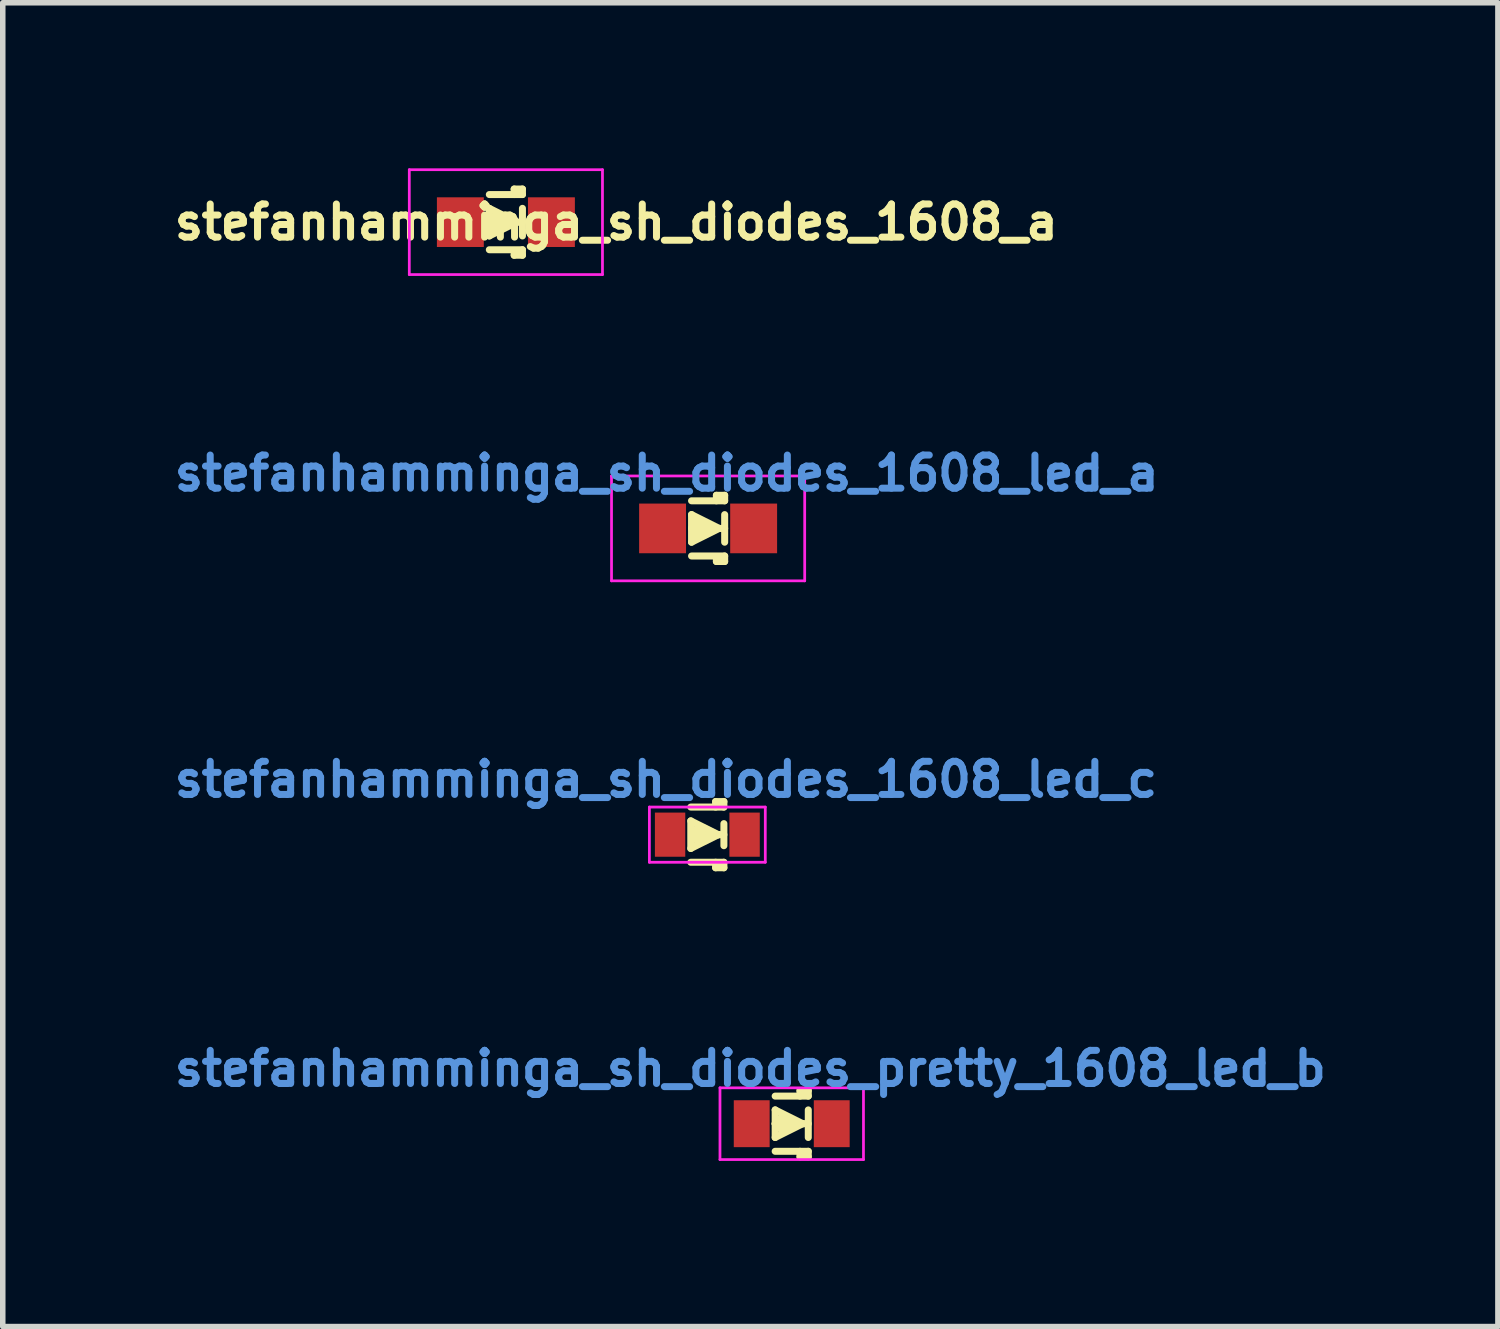
<source format=kicad_pcb>
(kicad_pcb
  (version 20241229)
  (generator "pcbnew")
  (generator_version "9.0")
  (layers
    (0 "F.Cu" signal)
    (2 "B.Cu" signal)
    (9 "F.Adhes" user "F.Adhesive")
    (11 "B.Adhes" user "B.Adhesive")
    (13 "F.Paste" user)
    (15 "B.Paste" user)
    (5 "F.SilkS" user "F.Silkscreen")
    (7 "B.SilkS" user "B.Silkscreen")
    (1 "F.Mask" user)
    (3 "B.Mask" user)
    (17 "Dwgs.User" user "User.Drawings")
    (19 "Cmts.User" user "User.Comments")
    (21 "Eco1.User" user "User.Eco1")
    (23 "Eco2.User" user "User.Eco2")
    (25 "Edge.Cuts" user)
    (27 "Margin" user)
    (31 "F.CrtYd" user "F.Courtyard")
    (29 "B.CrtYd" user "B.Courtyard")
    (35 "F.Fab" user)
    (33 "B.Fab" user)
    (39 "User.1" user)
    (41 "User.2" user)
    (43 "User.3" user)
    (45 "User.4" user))
  (footprint "stefanhamminga_sh_diodes_1608_led_c"
    (layer "F.Cu")
    (at 9.766 12.073)
    (property "Reference" "stefanhamminga_sh_diodes_1608_led_c" (at -0.75 -1 0) (layer "Cmts.User") (effects (font (size 0.6 0.6) (thickness 0.127))))
    (attr smd)
    (fp_line (start -0.3 -0.5) (end 0.3 -0.5) (stroke (width 0.127) (type solid)) (layer "F.SilkS"))
    (fp_line (start -0.3 -0.25) (end -0.3 0.25) (stroke (width 0.127) (type solid)) (layer "F.SilkS"))
    (fp_line (start -0.3 0.25) (end 0.2 0) (stroke (width 0.127) (type solid)) (layer "F.SilkS"))
    (fp_line (start -0.3 0.5) (end 0.3 0.5) (stroke (width 0.127) (type solid)) (layer "F.SilkS"))
    (fp_line (start -0.25 0) (end -0.2 -0.1) (stroke (width 0.127) (type solid)) (layer "F.SilkS"))
    (fp_line (start -0.2 -0.1) (end -0.1 -0.05) (stroke (width 0.127) (type solid)) (layer "F.SilkS"))
    (fp_line (start -0.1 -0.05) (end -0.1 0.05) (stroke (width 0.127) (type solid)) (layer "F.SilkS"))
    (fp_line (start -0.1 0.05) (end -0.2 0.1) (stroke (width 0.127) (type solid)) (layer "F.SilkS"))
    (fp_line (start 0.15 -0.6) (end 0.15 -0.5) (stroke (width 0.127) (type solid)) (layer "F.SilkS"))
    (fp_line (start 0.15 0.6) (end 0.15 0.5) (stroke (width 0.127) (type solid)) (layer "F.SilkS"))
    (fp_line (start 0.2 0) (end -0.3 -0.25) (stroke (width 0.127) (type solid)) (layer "F.SilkS"))
    (fp_line (start 0.2 0) (end -0.25 0) (stroke (width 0.127) (type solid)) (layer "F.SilkS"))
    (fp_line (start 0.3 -0.6) (end 0.15 -0.6) (stroke (width 0.127) (type solid)) (layer "F.SilkS"))
    (fp_line (start 0.3 -0.5) (end 0.3 -0.6) (stroke (width 0.127) (type solid)) (layer "F.SilkS"))
    (fp_line (start 0.3 -0.2) (end 0.3 0.2) (stroke (width 0.127) (type solid)) (layer "F.SilkS"))
    (fp_line (start 0.3 0) (end 0.2 0) (stroke (width 0.127) (type solid)) (layer "F.SilkS"))
    (fp_line (start 0.3 0.5) (end 0.3 0.6) (stroke (width 0.127) (type solid)) (layer "F.SilkS"))
    (fp_line (start 0.3 0.6) (end 0.15 0.6) (stroke (width 0.127) (type solid)) (layer "F.SilkS"))
    (fp_line (start -1.05 -0.5) (end 1.05 -0.5) (stroke (width 0.05) (type solid)) (layer "F.CrtYd"))
    (fp_line (start -1.05 0.5) (end -1.05 -0.5) (stroke (width 0.05) (type solid)) (layer "F.CrtYd"))
    (fp_line (start 1.05 -0.5) (end 1.05 0.5) (stroke (width 0.05) (type solid)) (layer "F.CrtYd"))
    (fp_line (start 1.05 0.5) (end -1.05 0.5) (stroke (width 0.05) (type solid)) (layer "F.CrtYd"))
    (pad "1" smd rect (at -0.675 0) (size 0.55 0.8) (layers "F.Cu" "F.Mask" "F.Paste"))
    (pad "2" smd rect (at 0.675 0) (size 0.55 0.8) (layers "F.Cu" "F.Mask" "F.Paste")))
  (footprint "stefanhamminga_sh_diodes_pretty_1608_led_b"
    (layer "F.Cu")
    (at 11.295 17.31)
    (property "Reference" "stefanhamminga_sh_diodes_pretty_1608_led_b" (at -0.75 -1 0) (layer "Cmts.User") (effects (font (size 0.6 0.6) (thickness 0.127))))
    (attr smd)
    (fp_line (start -0.3 -0.5) (end 0.3 -0.5) (stroke (width 0.127) (type solid)) (layer "F.SilkS"))
    (fp_line (start -0.3 -0.25) (end 0.2 0) (stroke (width 0.127) (type solid)) (layer "F.SilkS"))
    (fp_line (start -0.3 0) (end -0.3 -0.25) (stroke (width 0.127) (type solid)) (layer "F.SilkS"))
    (fp_line (start -0.3 0) (end -0.2 -0.1) (stroke (width 0.127) (type solid)) (layer "F.SilkS"))
    (fp_line (start -0.3 0.25) (end -0.3 0) (stroke (width 0.127) (type solid)) (layer "F.SilkS"))
    (fp_line (start -0.3 0.5) (end 0.3 0.5) (stroke (width 0.127) (type solid)) (layer "F.SilkS"))
    (fp_line (start -0.2 -0.1) (end -0.1 -0.05) (stroke (width 0.127) (type solid)) (layer "F.SilkS"))
    (fp_line (start -0.1 -0.05) (end -0.1 0.05) (stroke (width 0.127) (type solid)) (layer "F.SilkS"))
    (fp_line (start -0.1 0.05) (end -0.2 0.1) (stroke (width 0.127) (type solid)) (layer "F.SilkS"))
    (fp_line (start 0.15 -0.6) (end 0.15 -0.5) (stroke (width 0.127) (type solid)) (layer "F.SilkS"))
    (fp_line (start 0.15 0.6) (end 0.15 0.5) (stroke (width 0.127) (type solid)) (layer "F.SilkS"))
    (fp_line (start 0.2 0) (end -0.3 0.25) (stroke (width 0.127) (type solid)) (layer "F.SilkS"))
    (fp_line (start 0.3 -0.6) (end 0.15 -0.6) (stroke (width 0.127) (type solid)) (layer "F.SilkS"))
    (fp_line (start 0.3 -0.5) (end 0.3 -0.6) (stroke (width 0.127) (type solid)) (layer "F.SilkS"))
    (fp_line (start 0.3 0) (end -0.3 0) (stroke (width 0.127) (type solid)) (layer "F.SilkS"))
    (fp_line (start 0.3 0.25) (end 0.3 -0.25) (stroke (width 0.127) (type solid)) (layer "F.SilkS"))
    (fp_line (start 0.3 0.5) (end 0.3 0.6) (stroke (width 0.127) (type solid)) (layer "F.SilkS"))
    (fp_line (start 0.3 0.6) (end 0.15 0.6) (stroke (width 0.127) (type solid)) (layer "F.SilkS"))
    (fp_line (start -1.3 -0.65) (end 1.3 -0.65) (stroke (width 0.05) (type solid)) (layer "F.CrtYd"))
    (fp_line (start -1.3 0.65) (end -1.3 -0.65) (stroke (width 0.05) (type solid)) (layer "F.CrtYd"))
    (fp_line (start 1.3 -0.65) (end 1.3 0.65) (stroke (width 0.05) (type solid)) (layer "F.CrtYd"))
    (fp_line (start 1.3 0.65) (end -1.3 0.65) (stroke (width 0.05) (type solid)) (layer "F.CrtYd"))
    (pad "1" smd rect (at -0.725 0) (size 0.65 0.85) (layers "F.Cu" "F.Mask" "F.Paste"))
    (pad "2" smd rect (at 0.725 0) (size 0.65 0.85) (layers "F.Cu" "F.Mask" "F.Paste")))
  (footprint "stefanhamminga_sh_diodes_1608_a"
    (layer "F.Cu")
    (at 6.116 0.975)
    (property "Reference" "stefanhamminga_sh_diodes_1608_a" (at 2 0 0) (layer "F.SilkS") (effects (font (size 0.6 0.6) (thickness 0.127))))
    (attr smd)
    (fp_line (start -0.3 -0.5) (end 0.3 -0.5) (stroke (width 0.127) (type solid)) (layer "F.SilkS"))
    (fp_line (start -0.3 -0.25) (end 0.2 0) (stroke (width 0.127) (type solid)) (layer "F.SilkS"))
    (fp_line (start -0.3 0) (end -0.3 -0.25) (stroke (width 0.127) (type solid)) (layer "F.SilkS"))
    (fp_line (start -0.3 0) (end 0.3 0) (stroke (width 0.127) (type solid)) (layer "F.SilkS"))
    (fp_line (start -0.3 0.25) (end -0.3 0) (stroke (width 0.127) (type solid)) (layer "F.SilkS"))
    (fp_line (start -0.3 0.5) (end 0.3 0.5) (stroke (width 0.127) (type solid)) (layer "F.SilkS"))
    (fp_line (start -0.25 -0.1) (end -0.1 -0.1) (stroke (width 0.127) (type solid)) (layer "F.SilkS"))
    (fp_line (start -0.25 0.1) (end -0.05 0.1) (stroke (width 0.127) (type solid)) (layer "F.SilkS"))
    (fp_line (start 0.15 -0.6) (end 0.15 -0.5) (stroke (width 0.127) (type solid)) (layer "F.SilkS"))
    (fp_line (start 0.15 0.6) (end 0.15 0.55) (stroke (width 0.127) (type solid)) (layer "F.SilkS"))
    (fp_line (start 0.2 0) (end -0.3 0.25) (stroke (width 0.127) (type solid)) (layer "F.SilkS"))
    (fp_line (start 0.3 -0.6) (end 0.15 -0.6) (stroke (width 0.127) (type solid)) (layer "F.SilkS"))
    (fp_line (start 0.3 -0.5) (end 0.3 -0.6) (stroke (width 0.127) (type solid)) (layer "F.SilkS"))
    (fp_line (start 0.3 -0.25) (end 0.3 0.25) (stroke (width 0.127) (type solid)) (layer "F.SilkS"))
    (fp_line (start 0.3 0.5) (end 0.3 0.6) (stroke (width 0.127) (type solid)) (layer "F.SilkS"))
    (fp_line (start 0.3 0.6) (end 0.15 0.6) (stroke (width 0.127) (type solid)) (layer "F.SilkS"))
    (fp_line (start -1.75 -0.95) (end 1.75 -0.95) (stroke (width 0.05) (type solid)) (layer "F.CrtYd"))
    (fp_line (start -1.75 0.95) (end -1.75 -0.95) (stroke (width 0.05) (type solid)) (layer "F.CrtYd"))
    (fp_line (start 1.75 -0.95) (end 1.75 0.95) (stroke (width 0.05) (type solid)) (layer "F.CrtYd"))
    (fp_line (start 1.75 0.95) (end -1.75 0.95) (stroke (width 0.05) (type solid)) (layer "F.CrtYd"))
    (pad "1" smd rect (at -0.825 0) (size 0.85 0.9) (layers "F.Cu" "F.Mask" "F.Paste"))
    (pad "2" smd rect (at 0.825 0) (size 0.85 0.9) (layers "F.Cu" "F.Mask" "F.Paste")))
  (footprint "stefanhamminga_sh_diodes_1608_led_a"
    (layer "F.Cu")
    (at 9.78 6.524)
    (property "Reference" "stefanhamminga_sh_diodes_1608_led_a" (at -0.75 -1 0) (layer "Cmts.User") (effects (font (size 0.6 0.6) (thickness 0.127))))
    (attr smd)
    (fp_line (start -0.3 -0.5) (end 0.3 -0.5) (stroke (width 0.127) (type solid)) (layer "F.SilkS"))
    (fp_line (start -0.3 -0.25) (end 0.2 0) (stroke (width 0.127) (type solid)) (layer "F.SilkS"))
    (fp_line (start -0.3 0) (end -0.3 -0.25) (stroke (width 0.127) (type solid)) (layer "F.SilkS"))
    (fp_line (start -0.3 0) (end 0.3 0) (stroke (width 0.127) (type solid)) (layer "F.SilkS"))
    (fp_line (start -0.3 0.25) (end -0.3 0) (stroke (width 0.127) (type solid)) (layer "F.SilkS"))
    (fp_line (start -0.3 0.5) (end 0.3 0.5) (stroke (width 0.127) (type solid)) (layer "F.SilkS"))
    (fp_line (start -0.25 -0.1) (end -0.1 -0.1) (stroke (width 0.127) (type solid)) (layer "F.SilkS"))
    (fp_line (start -0.25 0.1) (end -0.05 0.1) (stroke (width 0.127) (type solid)) (layer "F.SilkS"))
    (fp_line (start 0.15 -0.6) (end 0.15 -0.5) (stroke (width 0.127) (type solid)) (layer "F.SilkS"))
    (fp_line (start 0.15 0.6) (end 0.15 0.55) (stroke (width 0.127) (type solid)) (layer "F.SilkS"))
    (fp_line (start 0.2 0) (end -0.3 0.25) (stroke (width 0.127) (type solid)) (layer "F.SilkS"))
    (fp_line (start 0.3 -0.6) (end 0.15 -0.6) (stroke (width 0.127) (type solid)) (layer "F.SilkS"))
    (fp_line (start 0.3 -0.5) (end 0.3 -0.6) (stroke (width 0.127) (type solid)) (layer "F.SilkS"))
    (fp_line (start 0.3 -0.25) (end 0.3 0.25) (stroke (width 0.127) (type solid)) (layer "F.SilkS"))
    (fp_line (start 0.3 0.5) (end 0.3 0.6) (stroke (width 0.127) (type solid)) (layer "F.SilkS"))
    (fp_line (start 0.3 0.6) (end 0.15 0.6) (stroke (width 0.127) (type solid)) (layer "F.SilkS"))
    (fp_line (start -1.75 -0.95) (end 1.75 -0.95) (stroke (width 0.05) (type solid)) (layer "F.CrtYd"))
    (fp_line (start -1.75 0.95) (end -1.75 -0.95) (stroke (width 0.05) (type solid)) (layer "F.CrtYd"))
    (fp_line (start 1.75 -0.95) (end 1.75 0.95) (stroke (width 0.05) (type solid)) (layer "F.CrtYd"))
    (fp_line (start 1.75 0.95) (end -1.75 0.95) (stroke (width 0.05) (type solid)) (layer "F.CrtYd"))
    (pad "1" smd rect (at -0.825 0) (size 0.85 0.9) (layers "F.Cu" "F.Mask" "F.Paste"))
    (pad "2" smd rect (at 0.825 0) (size 0.85 0.9) (layers "F.Cu" "F.Mask" "F.Paste")))
  (gr_rect
    (start -3 -3)
    (end 24.09 20.985)
    (stroke (width 0.1) (type default))
    (fill no)
    (layer "Edge.Cuts")))
</source>
